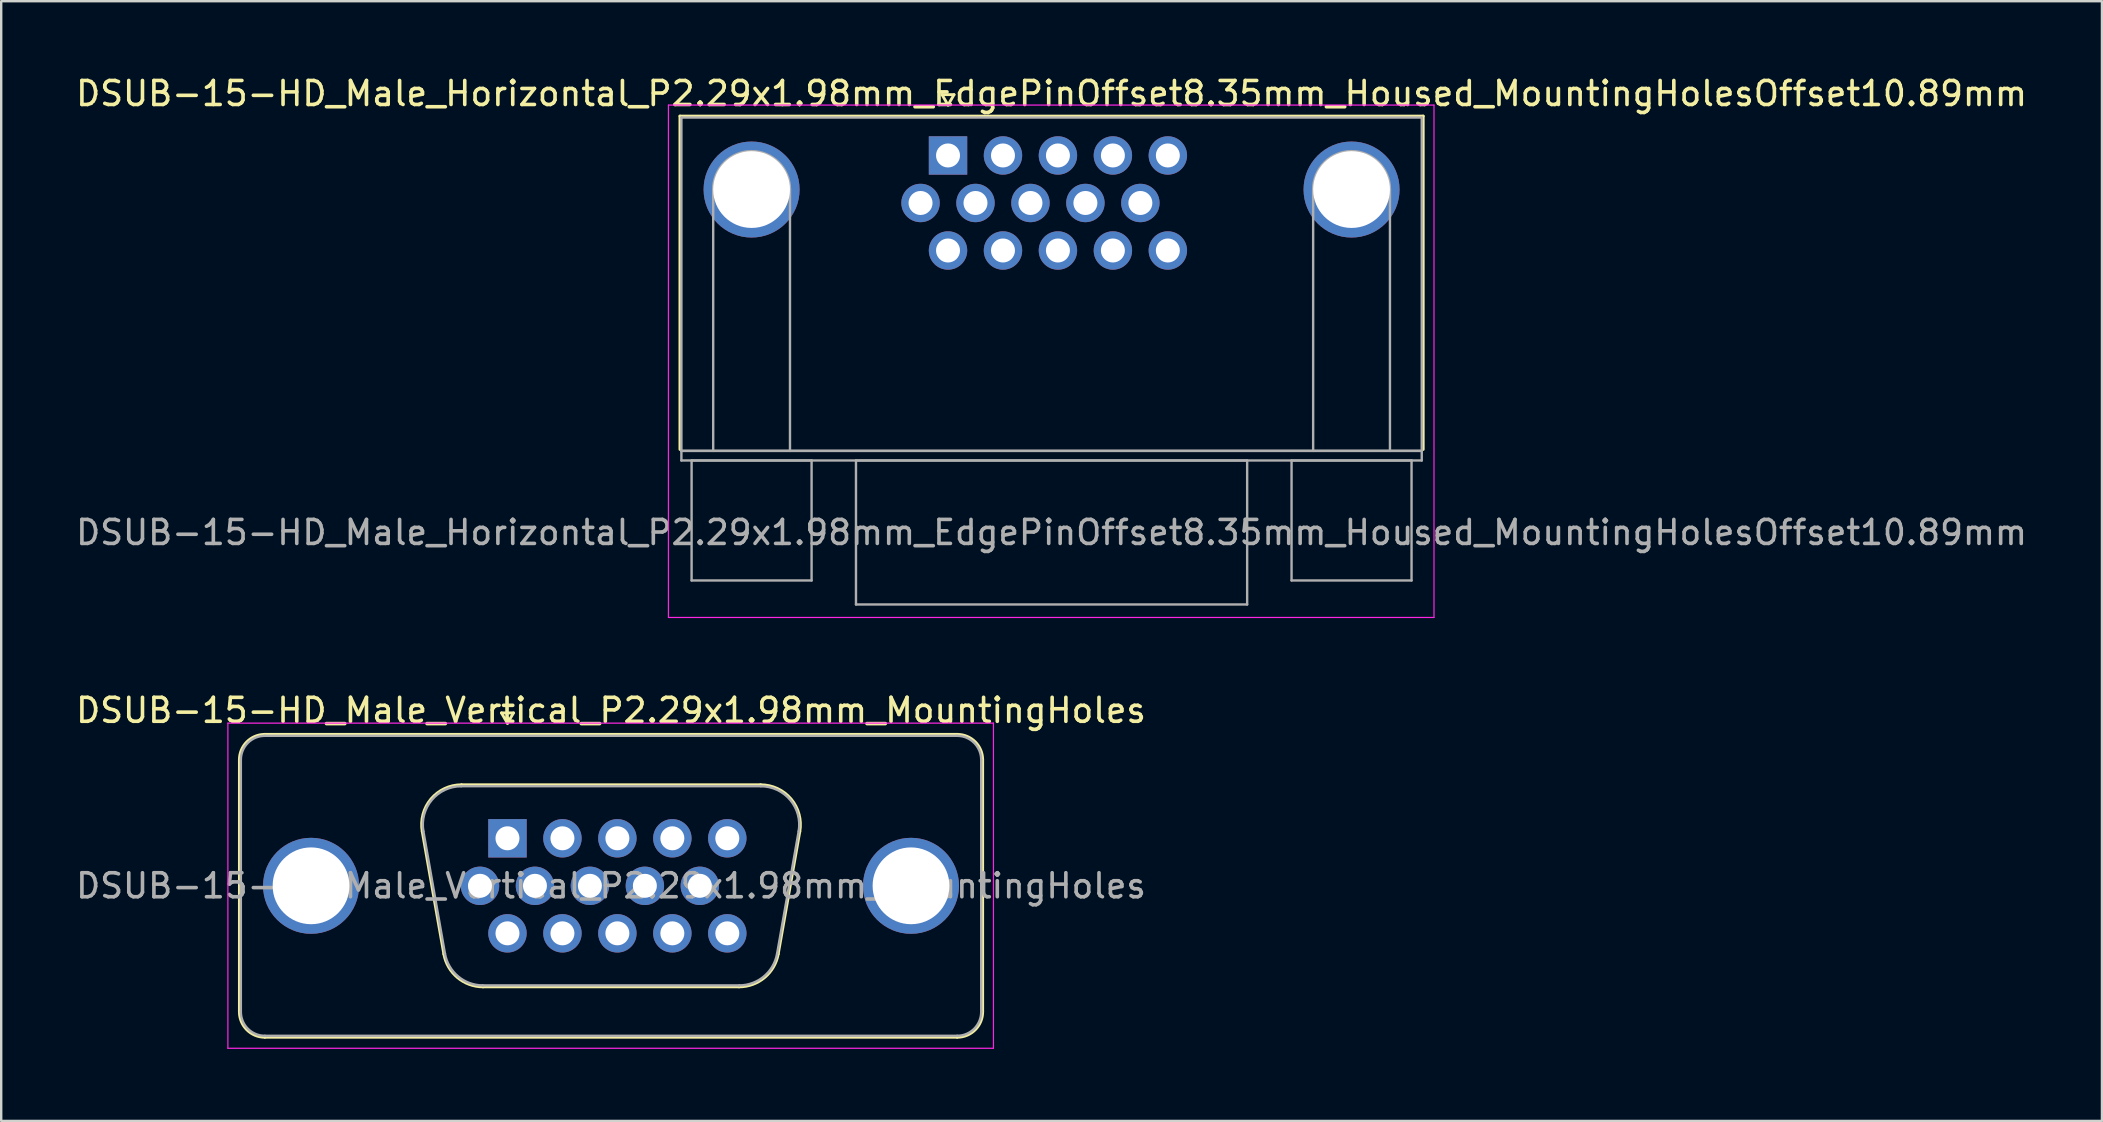
<source format=kicad_pcb>
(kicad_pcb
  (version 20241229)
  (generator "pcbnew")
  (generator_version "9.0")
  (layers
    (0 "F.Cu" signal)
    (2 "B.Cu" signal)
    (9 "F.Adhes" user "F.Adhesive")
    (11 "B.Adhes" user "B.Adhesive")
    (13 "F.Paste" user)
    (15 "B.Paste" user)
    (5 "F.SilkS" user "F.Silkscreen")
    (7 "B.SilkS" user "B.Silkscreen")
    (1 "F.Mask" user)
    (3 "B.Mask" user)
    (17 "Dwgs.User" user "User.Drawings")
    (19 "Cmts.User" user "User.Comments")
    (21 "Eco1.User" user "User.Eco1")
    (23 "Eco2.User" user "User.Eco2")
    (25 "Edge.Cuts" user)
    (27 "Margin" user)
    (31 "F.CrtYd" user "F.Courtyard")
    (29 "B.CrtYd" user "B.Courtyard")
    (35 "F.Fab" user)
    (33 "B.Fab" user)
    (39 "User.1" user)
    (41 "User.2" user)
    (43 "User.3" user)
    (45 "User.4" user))
  (footprint "DSUB-15-HD_Male_Vertical_P2.29x1.98mm_MountingHoles"
    (layer "F.Cu")
    (at 18.096 31.881)
    (property "Reference" "DSUB-15-HD_Male_Vertical_P2.29x1.98mm_MountingHoles" (at 4.315 -5.33 0) (layer "F.SilkS") (effects (font (size 1 1) (thickness 0.15))))
    (attr through_hole)
    (fp_line (start -11.17 7.23) (end -11.17 -3.27) (stroke (width 0.12) (type solid)) (layer "F.SilkS"))
    (fp_line (start -10.11 -4.33) (end 18.74 -4.33) (stroke (width 0.12) (type solid)) (layer "F.SilkS"))
    (fp_line (start -3.551 -0.282) (end -2.652 4.818) (stroke (width 0.12) (type solid)) (layer "F.SilkS"))
    (fp_line (start -1.917 -2.23) (end 10.547 -2.23) (stroke (width 0.12) (type solid)) (layer "F.SilkS"))
    (fp_line (start -1.017 6.19) (end 9.647 6.19) (stroke (width 0.12) (type solid)) (layer "F.SilkS"))
    (fp_line (start -0.25 -5.224) (end 0.25 -5.224) (stroke (width 0.12) (type solid)) (layer "F.SilkS"))
    (fp_line (start 0 -4.791) (end -0.25 -5.224) (stroke (width 0.12) (type solid)) (layer "F.SilkS"))
    (fp_line (start 0.25 -5.224) (end 0 -4.791) (stroke (width 0.12) (type solid)) (layer "F.SilkS"))
    (fp_line (start 12.181 -0.282) (end 11.282 4.818) (stroke (width 0.12) (type solid)) (layer "F.SilkS"))
    (fp_line (start 18.74 8.29) (end -10.11 8.29) (stroke (width 0.12) (type solid)) (layer "F.SilkS"))
    (fp_line (start 19.8 -3.27) (end 19.8 7.23) (stroke (width 0.12) (type solid)) (layer "F.SilkS"))
    (fp_arc (start -11.17 -3.27) (mid -10.859533 -4.019533) (end -10.11 -4.33) (stroke (width 0.12) (type solid)) (layer "F.SilkS"))
    (fp_arc (start -10.11 8.29) (mid -10.859533 7.979533) (end -11.17 7.23) (stroke (width 0.12) (type solid)) (layer "F.SilkS"))
    (fp_arc (start -3.55147 -0.281744) (mid -3.188323 -1.637028) (end -1.916689 -2.23) (stroke (width 0.12) (type solid)) (layer "F.SilkS"))
    (fp_arc (start -1.017421 6.19) (mid -2.084448 5.801634) (end -2.652202 4.818256) (stroke (width 0.12) (type solid)) (layer "F.SilkS"))
    (fp_arc (start 10.546689 -2.23) (mid 11.818323 -1.637027) (end 12.18147 -0.281744) (stroke (width 0.12) (type solid)) (layer "F.SilkS"))
    (fp_arc (start 11.282202 4.818256) (mid 10.714449 5.801634) (end 9.647421 6.19) (stroke (width 0.12) (type solid)) (layer "F.SilkS"))
    (fp_arc (start 18.74 -4.33) (mid 19.489533 -4.019533) (end 19.8 -3.27) (stroke (width 0.12) (type solid)) (layer "F.SilkS"))
    (fp_arc (start 19.8 7.23) (mid 19.489533 7.979533) (end 18.74 8.29) (stroke (width 0.12) (type solid)) (layer "F.SilkS"))
    (fp_line (start -11.65 -4.8) (end -11.65 8.75) (stroke (width 0.05) (type solid)) (layer "F.CrtYd"))
    (fp_line (start -11.65 8.75) (end 20.25 8.75) (stroke (width 0.05) (type solid)) (layer "F.CrtYd"))
    (fp_line (start 20.25 -4.8) (end -11.65 -4.8) (stroke (width 0.05) (type solid)) (layer "F.CrtYd"))
    (fp_line (start 20.25 8.75) (end 20.25 -4.8) (stroke (width 0.05) (type solid)) (layer "F.CrtYd"))
    (fp_line (start -11.11 7.23) (end -11.11 -3.27) (stroke (width 0.1) (type solid)) (layer "F.Fab"))
    (fp_line (start -10.11 -4.27) (end 18.74 -4.27) (stroke (width 0.1) (type solid)) (layer "F.Fab"))
    (fp_line (start -3.504 -0.292) (end -2.605 4.808) (stroke (width 0.1) (type solid)) (layer "F.Fab"))
    (fp_line (start -1.928 -2.17) (end 10.558 -2.17) (stroke (width 0.1) (type solid)) (layer "F.Fab"))
    (fp_line (start -1.029 6.13) (end 9.659 6.13) (stroke (width 0.1) (type solid)) (layer "F.Fab"))
    (fp_line (start 12.134 -0.292) (end 11.235 4.808) (stroke (width 0.1) (type solid)) (layer "F.Fab"))
    (fp_line (start 18.74 8.23) (end -10.11 8.23) (stroke (width 0.1) (type solid)) (layer "F.Fab"))
    (fp_line (start 19.74 -3.27) (end 19.74 7.23) (stroke (width 0.1) (type solid)) (layer "F.Fab"))
    (fp_arc (start -11.11 -3.27) (mid -10.817107 -3.977107) (end -10.11 -4.27) (stroke (width 0.1) (type solid)) (layer "F.Fab"))
    (fp_arc (start -10.11 8.23) (mid -10.817107 7.937107) (end -11.11 7.23) (stroke (width 0.1) (type solid)) (layer "F.Fab"))
    (fp_arc (start -3.503886 -0.292163) (mid -3.153865 -1.59846) (end -1.928194 -2.17) (stroke (width 0.1) (type solid)) (layer "F.Fab"))
    (fp_arc (start -1.028927 6.13) (mid -2.057387 5.755671) (end -2.604619 4.807837) (stroke (width 0.1) (type solid)) (layer "F.Fab"))
    (fp_arc (start 10.558194 -2.17) (mid 11.783865 -1.59846) (end 12.133886 -0.292163) (stroke (width 0.1) (type solid)) (layer "F.Fab"))
    (fp_arc (start 11.234619 4.807837) (mid 10.687387 5.755671) (end 9.658927 6.13) (stroke (width 0.1) (type solid)) (layer "F.Fab"))
    (fp_arc (start 18.74 -4.27) (mid 19.447107 -3.977107) (end 19.74 -3.27) (stroke (width 0.1) (type solid)) (layer "F.Fab"))
    (fp_arc (start 19.74 7.23) (mid 19.447107 7.937107) (end 18.74 8.23) (stroke (width 0.1) (type solid)) (layer "F.Fab"))
    (fp_text user "${REFERENCE}" (at 4.315 1.98 0) (layer "F.Fab") (effects (font (size 1 1) (thickness 0.15))))
    (pad "0" thru_hole circle (at -8.185 1.98) (size 4 4) (drill 3.2) (layers "*.Cu" "*.Mask"))
    (pad "0" thru_hole circle (at 16.815 1.98) (size 4 4) (drill 3.2) (layers "*.Cu" "*.Mask"))
    (pad "1" thru_hole rect (at 0 0) (size 1.6 1.6) (drill 1) (layers "*.Cu" "*.Mask"))
    (pad "2" thru_hole circle (at 2.29 0) (size 1.6 1.6) (drill 1) (layers "*.Cu" "*.Mask"))
    (pad "3" thru_hole circle (at 4.58 0) (size 1.6 1.6) (drill 1) (layers "*.Cu" "*.Mask"))
    (pad "4" thru_hole circle (at 6.87 0) (size 1.6 1.6) (drill 1) (layers "*.Cu" "*.Mask"))
    (pad "5" thru_hole circle (at 9.16 0) (size 1.6 1.6) (drill 1) (layers "*.Cu" "*.Mask"))
    (pad "6" thru_hole circle (at -1.145 1.98) (size 1.6 1.6) (drill 1) (layers "*.Cu" "*.Mask"))
    (pad "7" thru_hole circle (at 1.145 1.98) (size 1.6 1.6) (drill 1) (layers "*.Cu" "*.Mask"))
    (pad "8" thru_hole circle (at 3.435 1.98) (size 1.6 1.6) (drill 1) (layers "*.Cu" "*.Mask"))
    (pad "9" thru_hole circle (at 5.725 1.98) (size 1.6 1.6) (drill 1) (layers "*.Cu" "*.Mask"))
    (pad "10" thru_hole circle (at 8.015 1.98) (size 1.6 1.6) (drill 1) (layers "*.Cu" "*.Mask"))
    (pad "11" thru_hole circle (at 0 3.96) (size 1.6 1.6) (drill 1) (layers "*.Cu" "*.Mask"))
    (pad "12" thru_hole circle (at 2.29 3.96) (size 1.6 1.6) (drill 1) (layers "*.Cu" "*.Mask"))
    (pad "13" thru_hole circle (at 4.58 3.96) (size 1.6 1.6) (drill 1) (layers "*.Cu" "*.Mask"))
    (pad "14" thru_hole circle (at 6.87 3.96) (size 1.6 1.6) (drill 1) (layers "*.Cu" "*.Mask"))
    (pad "15" thru_hole circle (at 9.16 3.96) (size 1.6 1.6) (drill 1) (layers "*.Cu" "*.Mask")))
  (footprint "DSUB-15-HD_Male_Horizontal_P2.29x1.98mm_EdgePinOffset8.35mm_Housed_MountingHolesOffset10.89mm"
    (layer "F.Cu")
    (at 36.453 3.428)
    (property "Reference" "DSUB-15-HD_Male_Horizontal_P2.29x1.98mm_EdgePinOffset8.35mm_Housed_MountingHolesOffset10.89mm" (at 4.315 -2.58 0) (layer "F.SilkS") (effects (font (size 1 1) (thickness 0.15))))
    (attr through_hole)
    (fp_line (start -11.17 -1.64) (end 19.8 -1.64) (stroke (width 0.12) (type solid)) (layer "F.SilkS"))
    (fp_line (start -11.17 12.25) (end -11.17 -1.64) (stroke (width 0.12) (type solid)) (layer "F.SilkS"))
    (fp_line (start -0.25 -2.534) (end 0.25 -2.534) (stroke (width 0.12) (type solid)) (layer "F.SilkS"))
    (fp_line (start 0 -2.101) (end -0.25 -2.534) (stroke (width 0.12) (type solid)) (layer "F.SilkS"))
    (fp_line (start 0.25 -2.534) (end 0 -2.101) (stroke (width 0.12) (type solid)) (layer "F.SilkS"))
    (fp_line (start 19.8 -1.64) (end 19.8 12.25) (stroke (width 0.12) (type solid)) (layer "F.SilkS"))
    (fp_line (start -11.65 -2.1) (end -11.65 19.25) (stroke (width 0.05) (type solid)) (layer "F.CrtYd"))
    (fp_line (start -11.65 19.25) (end 20.25 19.25) (stroke (width 0.05) (type solid)) (layer "F.CrtYd"))
    (fp_line (start 20.25 -2.1) (end -11.65 -2.1) (stroke (width 0.05) (type solid)) (layer "F.CrtYd"))
    (fp_line (start 20.25 19.25) (end 20.25 -2.1) (stroke (width 0.05) (type solid)) (layer "F.CrtYd"))
    (fp_line (start -11.11 -1.58) (end -11.11 12.31) (stroke (width 0.1) (type solid)) (layer "F.Fab"))
    (fp_line (start -11.11 12.31) (end -11.11 12.71) (stroke (width 0.1) (type solid)) (layer "F.Fab"))
    (fp_line (start -11.11 12.31) (end 19.74 12.31) (stroke (width 0.1) (type solid)) (layer "F.Fab"))
    (fp_line (start -11.11 12.71) (end 19.74 12.71) (stroke (width 0.1) (type solid)) (layer "F.Fab"))
    (fp_line (start -10.685 12.71) (end -10.685 17.71) (stroke (width 0.1) (type solid)) (layer "F.Fab"))
    (fp_line (start -10.685 17.71) (end -5.685 17.71) (stroke (width 0.1) (type solid)) (layer "F.Fab"))
    (fp_line (start -9.785 12.31) (end -9.785 1.42) (stroke (width 0.1) (type solid)) (layer "F.Fab"))
    (fp_line (start -6.585 12.31) (end -6.585 1.42) (stroke (width 0.1) (type solid)) (layer "F.Fab"))
    (fp_line (start -5.685 12.71) (end -10.685 12.71) (stroke (width 0.1) (type solid)) (layer "F.Fab"))
    (fp_line (start -5.685 17.71) (end -5.685 12.71) (stroke (width 0.1) (type solid)) (layer "F.Fab"))
    (fp_line (start -3.835 12.71) (end -3.835 18.71) (stroke (width 0.1) (type solid)) (layer "F.Fab"))
    (fp_line (start -3.835 18.71) (end 12.465 18.71) (stroke (width 0.1) (type solid)) (layer "F.Fab"))
    (fp_line (start 12.465 12.71) (end -3.835 12.71) (stroke (width 0.1) (type solid)) (layer "F.Fab"))
    (fp_line (start 12.465 18.71) (end 12.465 12.71) (stroke (width 0.1) (type solid)) (layer "F.Fab"))
    (fp_line (start 14.315 12.71) (end 14.315 17.71) (stroke (width 0.1) (type solid)) (layer "F.Fab"))
    (fp_line (start 14.315 17.71) (end 19.315 17.71) (stroke (width 0.1) (type solid)) (layer "F.Fab"))
    (fp_line (start 15.215 12.31) (end 15.215 1.42) (stroke (width 0.1) (type solid)) (layer "F.Fab"))
    (fp_line (start 18.415 12.31) (end 18.415 1.42) (stroke (width 0.1) (type solid)) (layer "F.Fab"))
    (fp_line (start 19.315 12.71) (end 14.315 12.71) (stroke (width 0.1) (type solid)) (layer "F.Fab"))
    (fp_line (start 19.315 17.71) (end 19.315 12.71) (stroke (width 0.1) (type solid)) (layer "F.Fab"))
    (fp_line (start 19.74 -1.58) (end -11.11 -1.58) (stroke (width 0.1) (type solid)) (layer "F.Fab"))
    (fp_line (start 19.74 12.31) (end -11.11 12.31) (stroke (width 0.1) (type solid)) (layer "F.Fab"))
    (fp_line (start 19.74 12.31) (end 19.74 -1.58) (stroke (width 0.1) (type solid)) (layer "F.Fab"))
    (fp_line (start 19.74 12.71) (end 19.74 12.31) (stroke (width 0.1) (type solid)) (layer "F.Fab"))
    (fp_arc (start -9.785 1.42) (mid -8.185 -0.18) (end -6.585 1.42) (stroke (width 0.1) (type solid)) (layer "F.Fab"))
    (fp_arc (start 15.215 1.42) (mid 16.815 -0.18) (end 18.415 1.42) (stroke (width 0.1) (type solid)) (layer "F.Fab"))
    (fp_text user "${REFERENCE}" (at 4.315 15.71 0) (layer "F.Fab") (effects (font (size 1 1) (thickness 0.15))))
    (pad "0" thru_hole circle (at -8.185 1.42) (size 4 4) (drill 3.2) (layers "*.Cu" "*.Mask"))
    (pad "0" thru_hole circle (at 16.815 1.42) (size 4 4) (drill 3.2) (layers "*.Cu" "*.Mask"))
    (pad "1" thru_hole rect (at 0 0) (size 1.6 1.6) (drill 1) (layers "*.Cu" "*.Mask"))
    (pad "2" thru_hole circle (at 2.29 0) (size 1.6 1.6) (drill 1) (layers "*.Cu" "*.Mask"))
    (pad "3" thru_hole circle (at 4.58 0) (size 1.6 1.6) (drill 1) (layers "*.Cu" "*.Mask"))
    (pad "4" thru_hole circle (at 6.87 0) (size 1.6 1.6) (drill 1) (layers "*.Cu" "*.Mask"))
    (pad "5" thru_hole circle (at 9.16 0) (size 1.6 1.6) (drill 1) (layers "*.Cu" "*.Mask"))
    (pad "6" thru_hole circle (at -1.145 1.98) (size 1.6 1.6) (drill 1) (layers "*.Cu" "*.Mask"))
    (pad "7" thru_hole circle (at 1.145 1.98) (size 1.6 1.6) (drill 1) (layers "*.Cu" "*.Mask"))
    (pad "8" thru_hole circle (at 3.435 1.98) (size 1.6 1.6) (drill 1) (layers "*.Cu" "*.Mask"))
    (pad "9" thru_hole circle (at 5.725 1.98) (size 1.6 1.6) (drill 1) (layers "*.Cu" "*.Mask"))
    (pad "10" thru_hole circle (at 8.015 1.98) (size 1.6 1.6) (drill 1) (layers "*.Cu" "*.Mask"))
    (pad "11" thru_hole circle (at 0 3.96) (size 1.6 1.6) (drill 1) (layers "*.Cu" "*.Mask"))
    (pad "12" thru_hole circle (at 2.29 3.96) (size 1.6 1.6) (drill 1) (layers "*.Cu" "*.Mask"))
    (pad "13" thru_hole circle (at 4.58 3.96) (size 1.6 1.6) (drill 1) (layers "*.Cu" "*.Mask"))
    (pad "14" thru_hole circle (at 6.87 3.96) (size 1.6 1.6) (drill 1) (layers "*.Cu" "*.Mask"))
    (pad "15" thru_hole circle (at 9.16 3.96) (size 1.6 1.6) (drill 1) (layers "*.Cu" "*.Mask")))
  (gr_rect
    (start -3 -3)
    (end 84.536 43.657)
    (stroke (width 0.1) (type default))
    (fill no)
    (layer "Edge.Cuts")))
</source>
